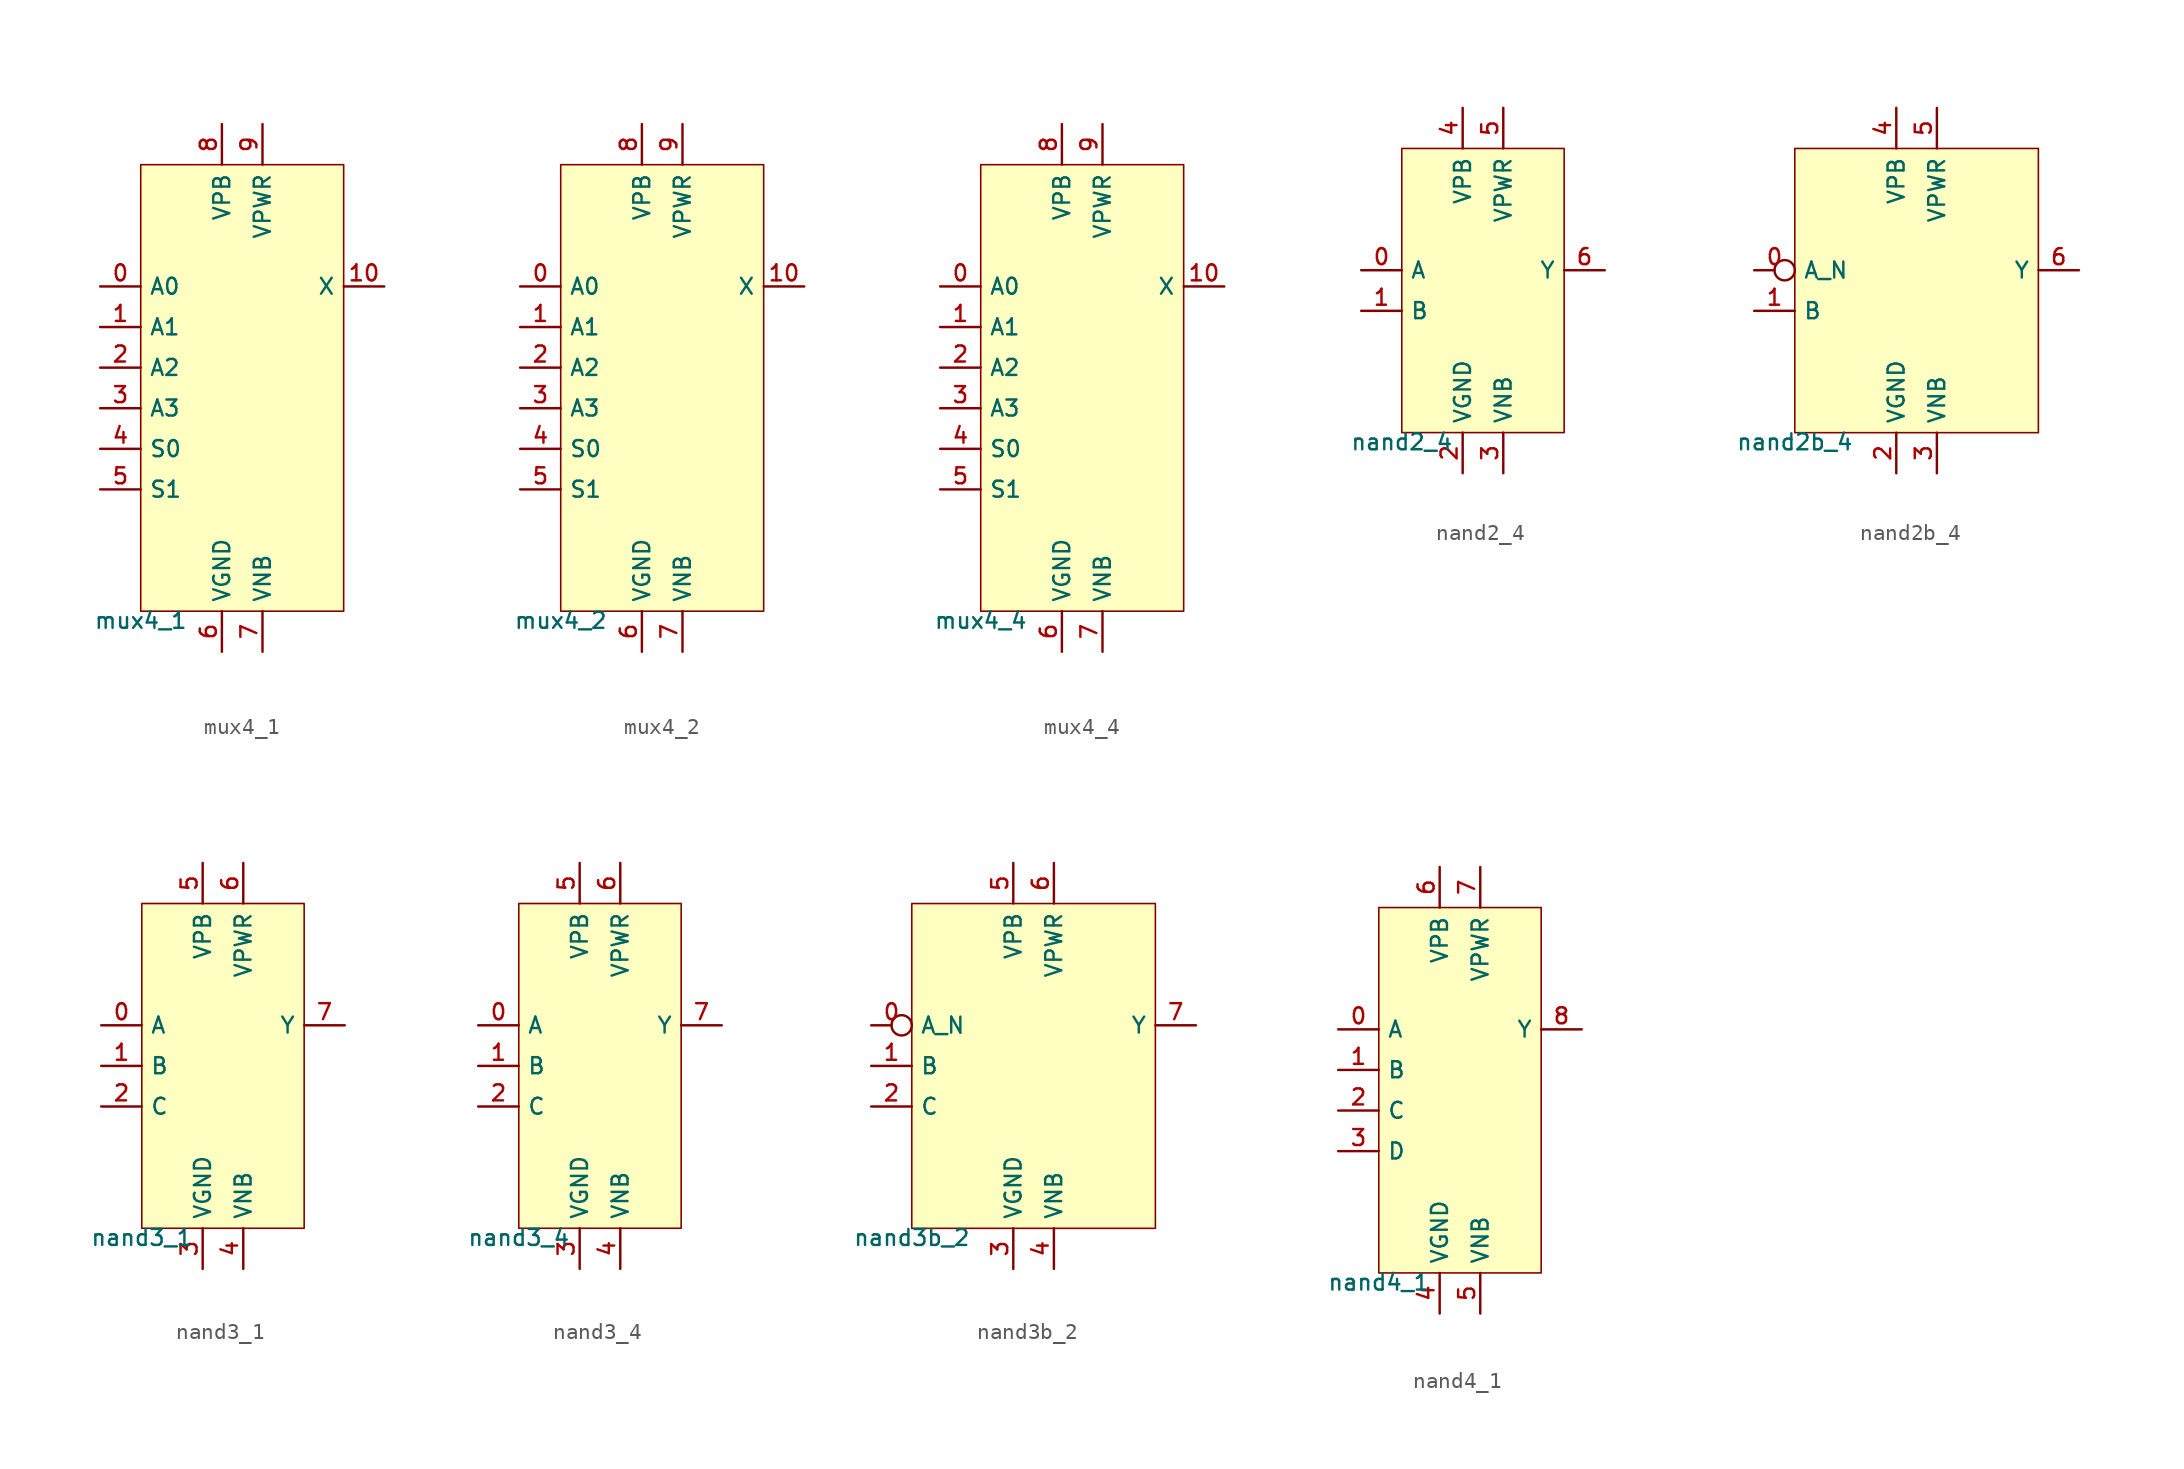
<source format=kicad_sym>
(kicad_symbol_lib
  (version 20211014)
  (generator lef2kicad_sym)
  (symbol "mux4_1"
    (property "Reference" "CELL"
      (at 0 0 0)
      (effects (font (size 1 1)) hide))
    (property "Value" "mux4_1"
      (at -6.35 -13.97 0)
      (effects (font (size 1 1)) (justify top)))
    (rectangle
      (start -6.35 -13.97)
      (end 6.35 13.97)
      (stroke (width 0.1) (type solid) (color 0 0 0 0))
      (fill (type background)))
    (pin input line
      (at -8.89 6.35 0)
      (length 2.54)
      (name "A0" (effects (font (size 1 1)) hide))
      (number "0" (effects (font (size 1 1)) hide)))
    (pin input line
      (at -8.89 3.81 0)
      (length 2.54)
      (name "A1" (effects (font (size 1 1)) hide))
      (number "1" (effects (font (size 1 1)) hide)))
    (pin input line
      (at -8.89 1.27 0)
      (length 2.54)
      (name "A2" (effects (font (size 1 1)) hide))
      (number "2" (effects (font (size 1 1)) hide)))
    (pin input line
      (at -8.89 -1.27 0)
      (length 2.54)
      (name "A3" (effects (font (size 1 1)) hide))
      (number "3" (effects (font (size 1 1)) hide)))
    (pin input line
      (at -8.89 -3.81 0)
      (length 2.54)
      (name "S0" (effects (font (size 1 1)) hide))
      (number "4" (effects (font (size 1 1)) hide)))
    (pin input line
      (at -8.89 -6.35 0)
      (length 2.54)
      (name "S1" (effects (font (size 1 1)) hide))
      (number "5" (effects (font (size 1 1)) hide)))
    (pin power_in line
      (at -1.27 -16.51 90)
      (length 2.54)
      (name "VGND" (effects (font (size 1 1)) hide))
      (number "6" (effects (font (size 1 1)) hide)))
    (pin power_in line
      (at 1.27 -16.51 90)
      (length 2.54)
      (name "VNB" (effects (font (size 1 1)) hide))
      (number "7" (effects (font (size 1 1)) hide)))
    (pin power_in line
      (at -1.27 16.51 270)
      (length 2.54)
      (name "VPB" (effects (font (size 1 1)) hide))
      (number "8" (effects (font (size 1 1)) hide)))
    (pin power_in line
      (at 1.27 16.51 270)
      (length 2.54)
      (name "VPWR" (effects (font (size 1 1)) hide))
      (number "9" (effects (font (size 1 1)) hide)))
    (pin output line
      (at 8.89 6.35 180)
      (length 2.54)
      (name "X" (effects (font (size 1 1)) hide))
      (number "10" (effects (font (size 1 1)) hide))))
  (symbol "mux4_2"
    (property "Reference" "CELL"
      (at 0 0 0)
      (effects (font (size 1 1)) hide))
    (property "Value" "mux4_2"
      (at -6.35 -13.97 0)
      (effects (font (size 1 1)) (justify top)))
    (rectangle
      (start -6.35 -13.97)
      (end 6.35 13.97)
      (stroke (width 0.1) (type solid) (color 0 0 0 0))
      (fill (type background)))
    (pin input line
      (at -8.89 6.35 0)
      (length 2.54)
      (name "A0" (effects (font (size 1 1)) hide))
      (number "0" (effects (font (size 1 1)) hide)))
    (pin input line
      (at -8.89 3.81 0)
      (length 2.54)
      (name "A1" (effects (font (size 1 1)) hide))
      (number "1" (effects (font (size 1 1)) hide)))
    (pin input line
      (at -8.89 1.27 0)
      (length 2.54)
      (name "A2" (effects (font (size 1 1)) hide))
      (number "2" (effects (font (size 1 1)) hide)))
    (pin input line
      (at -8.89 -1.27 0)
      (length 2.54)
      (name "A3" (effects (font (size 1 1)) hide))
      (number "3" (effects (font (size 1 1)) hide)))
    (pin input line
      (at -8.89 -3.81 0)
      (length 2.54)
      (name "S0" (effects (font (size 1 1)) hide))
      (number "4" (effects (font (size 1 1)) hide)))
    (pin input line
      (at -8.89 -6.35 0)
      (length 2.54)
      (name "S1" (effects (font (size 1 1)) hide))
      (number "5" (effects (font (size 1 1)) hide)))
    (pin power_in line
      (at -1.27 -16.51 90)
      (length 2.54)
      (name "VGND" (effects (font (size 1 1)) hide))
      (number "6" (effects (font (size 1 1)) hide)))
    (pin power_in line
      (at 1.27 -16.51 90)
      (length 2.54)
      (name "VNB" (effects (font (size 1 1)) hide))
      (number "7" (effects (font (size 1 1)) hide)))
    (pin power_in line
      (at -1.27 16.51 270)
      (length 2.54)
      (name "VPB" (effects (font (size 1 1)) hide))
      (number "8" (effects (font (size 1 1)) hide)))
    (pin power_in line
      (at 1.27 16.51 270)
      (length 2.54)
      (name "VPWR" (effects (font (size 1 1)) hide))
      (number "9" (effects (font (size 1 1)) hide)))
    (pin output line
      (at 8.89 6.35 180)
      (length 2.54)
      (name "X" (effects (font (size 1 1)) hide))
      (number "10" (effects (font (size 1 1)) hide))))
  (symbol "mux4_4"
    (property "Reference" "CELL"
      (at 0 0 0)
      (effects (font (size 1 1)) hide))
    (property "Value" "mux4_4"
      (at -6.35 -13.97 0)
      (effects (font (size 1 1)) (justify top)))
    (rectangle
      (start -6.35 -13.97)
      (end 6.35 13.97)
      (stroke (width 0.1) (type solid) (color 0 0 0 0))
      (fill (type background)))
    (pin input line
      (at -8.89 6.35 0)
      (length 2.54)
      (name "A0" (effects (font (size 1 1)) hide))
      (number "0" (effects (font (size 1 1)) hide)))
    (pin input line
      (at -8.89 3.81 0)
      (length 2.54)
      (name "A1" (effects (font (size 1 1)) hide))
      (number "1" (effects (font (size 1 1)) hide)))
    (pin input line
      (at -8.89 1.27 0)
      (length 2.54)
      (name "A2" (effects (font (size 1 1)) hide))
      (number "2" (effects (font (size 1 1)) hide)))
    (pin input line
      (at -8.89 -1.27 0)
      (length 2.54)
      (name "A3" (effects (font (size 1 1)) hide))
      (number "3" (effects (font (size 1 1)) hide)))
    (pin input line
      (at -8.89 -3.81 0)
      (length 2.54)
      (name "S0" (effects (font (size 1 1)) hide))
      (number "4" (effects (font (size 1 1)) hide)))
    (pin input line
      (at -8.89 -6.35 0)
      (length 2.54)
      (name "S1" (effects (font (size 1 1)) hide))
      (number "5" (effects (font (size 1 1)) hide)))
    (pin power_in line
      (at -1.27 -16.51 90)
      (length 2.54)
      (name "VGND" (effects (font (size 1 1)) hide))
      (number "6" (effects (font (size 1 1)) hide)))
    (pin power_in line
      (at 1.27 -16.51 90)
      (length 2.54)
      (name "VNB" (effects (font (size 1 1)) hide))
      (number "7" (effects (font (size 1 1)) hide)))
    (pin power_in line
      (at -1.27 16.51 270)
      (length 2.54)
      (name "VPB" (effects (font (size 1 1)) hide))
      (number "8" (effects (font (size 1 1)) hide)))
    (pin power_in line
      (at 1.27 16.51 270)
      (length 2.54)
      (name "VPWR" (effects (font (size 1 1)) hide))
      (number "9" (effects (font (size 1 1)) hide)))
    (pin output line
      (at 8.89 6.35 180)
      (length 2.54)
      (name "X" (effects (font (size 1 1)) hide))
      (number "10" (effects (font (size 1 1)) hide))))
  (symbol "nand2_4"
    (property "Reference" "CELL"
      (at 0 0 0)
      (effects (font (size 1 1)) hide))
    (property "Value" "nand2_4"
      (at -5.08 -8.89 0)
      (effects (font (size 1 1)) (justify top)))
    (rectangle
      (start -5.08 -8.89)
      (end 5.08 8.89)
      (stroke (width 0.1) (type solid) (color 0 0 0 0))
      (fill (type background)))
    (pin input line
      (at -7.62 1.27 0)
      (length 2.54)
      (name "A" (effects (font (size 1 1)) hide))
      (number "0" (effects (font (size 1 1)) hide)))
    (pin input line
      (at -7.62 -1.27 0)
      (length 2.54)
      (name "B" (effects (font (size 1 1)) hide))
      (number "1" (effects (font (size 1 1)) hide)))
    (pin power_in line
      (at -1.27 -11.43 90)
      (length 2.54)
      (name "VGND" (effects (font (size 1 1)) hide))
      (number "2" (effects (font (size 1 1)) hide)))
    (pin power_in line
      (at 1.27 -11.43 90)
      (length 2.54)
      (name "VNB" (effects (font (size 1 1)) hide))
      (number "3" (effects (font (size 1 1)) hide)))
    (pin power_in line
      (at -1.27 11.43 270)
      (length 2.54)
      (name "VPB" (effects (font (size 1 1)) hide))
      (number "4" (effects (font (size 1 1)) hide)))
    (pin power_in line
      (at 1.27 11.43 270)
      (length 2.54)
      (name "VPWR" (effects (font (size 1 1)) hide))
      (number "5" (effects (font (size 1 1)) hide)))
    (pin output line
      (at 7.62 1.27 180)
      (length 2.54)
      (name "Y" (effects (font (size 1 1)) hide))
      (number "6" (effects (font (size 1 1)) hide))))
  (symbol "nand2b_4"
    (property "Reference" "CELL"
      (at 0 0 0)
      (effects (font (size 1 1)) hide))
    (property "Value" "nand2b_4"
      (at -7.62 -8.89 0)
      (effects (font (size 1 1)) (justify top)))
    (rectangle
      (start -7.62 -8.89)
      (end 7.62 8.89)
      (stroke (width 0.1) (type solid) (color 0 0 0 0))
      (fill (type background)))
    (pin input inverted
      (at -10.16 1.27 0)
      (length 2.54)
      (name "A_N" (effects (font (size 1 1)) hide))
      (number "0" (effects (font (size 1 1)) hide)))
    (pin input line
      (at -10.16 -1.27 0)
      (length 2.54)
      (name "B" (effects (font (size 1 1)) hide))
      (number "1" (effects (font (size 1 1)) hide)))
    (pin power_in line
      (at -1.27 -11.43 90)
      (length 2.54)
      (name "VGND" (effects (font (size 1 1)) hide))
      (number "2" (effects (font (size 1 1)) hide)))
    (pin power_in line
      (at 1.27 -11.43 90)
      (length 2.54)
      (name "VNB" (effects (font (size 1 1)) hide))
      (number "3" (effects (font (size 1 1)) hide)))
    (pin power_in line
      (at -1.27 11.43 270)
      (length 2.54)
      (name "VPB" (effects (font (size 1 1)) hide))
      (number "4" (effects (font (size 1 1)) hide)))
    (pin power_in line
      (at 1.27 11.43 270)
      (length 2.54)
      (name "VPWR" (effects (font (size 1 1)) hide))
      (number "5" (effects (font (size 1 1)) hide)))
    (pin output line
      (at 10.16 1.27 180)
      (length 2.54)
      (name "Y" (effects (font (size 1 1)) hide))
      (number "6" (effects (font (size 1 1)) hide))))
  (symbol "nand3_1"
    (property "Reference" "CELL"
      (at 0 0 0)
      (effects (font (size 1 1)) hide))
    (property "Value" "nand3_1"
      (at -5.08 -10.16 0)
      (effects (font (size 1 1)) (justify top)))
    (rectangle
      (start -5.08 -10.16)
      (end 5.08 10.16)
      (stroke (width 0.1) (type solid) (color 0 0 0 0))
      (fill (type background)))
    (pin input line
      (at -7.62 2.54 0)
      (length 2.54)
      (name "A" (effects (font (size 1 1)) hide))
      (number "0" (effects (font (size 1 1)) hide)))
    (pin input line
      (at -7.62 0.0 0)
      (length 2.54)
      (name "B" (effects (font (size 1 1)) hide))
      (number "1" (effects (font (size 1 1)) hide)))
    (pin input line
      (at -7.62 -2.54 0)
      (length 2.54)
      (name "C" (effects (font (size 1 1)) hide))
      (number "2" (effects (font (size 1 1)) hide)))
    (pin power_in line
      (at -1.27 -12.7 90)
      (length 2.54)
      (name "VGND" (effects (font (size 1 1)) hide))
      (number "3" (effects (font (size 1 1)) hide)))
    (pin power_in line
      (at 1.27 -12.7 90)
      (length 2.54)
      (name "VNB" (effects (font (size 1 1)) hide))
      (number "4" (effects (font (size 1 1)) hide)))
    (pin power_in line
      (at -1.27 12.7 270)
      (length 2.54)
      (name "VPB" (effects (font (size 1 1)) hide))
      (number "5" (effects (font (size 1 1)) hide)))
    (pin power_in line
      (at 1.27 12.7 270)
      (length 2.54)
      (name "VPWR" (effects (font (size 1 1)) hide))
      (number "6" (effects (font (size 1 1)) hide)))
    (pin output line
      (at 7.62 2.54 180)
      (length 2.54)
      (name "Y" (effects (font (size 1 1)) hide))
      (number "7" (effects (font (size 1 1)) hide))))
  (symbol "nand3_4"
    (property "Reference" "CELL"
      (at 0 0 0)
      (effects (font (size 1 1)) hide))
    (property "Value" "nand3_4"
      (at -5.08 -10.16 0)
      (effects (font (size 1 1)) (justify top)))
    (rectangle
      (start -5.08 -10.16)
      (end 5.08 10.16)
      (stroke (width 0.1) (type solid) (color 0 0 0 0))
      (fill (type background)))
    (pin input line
      (at -7.62 2.54 0)
      (length 2.54)
      (name "A" (effects (font (size 1 1)) hide))
      (number "0" (effects (font (size 1 1)) hide)))
    (pin input line
      (at -7.62 0.0 0)
      (length 2.54)
      (name "B" (effects (font (size 1 1)) hide))
      (number "1" (effects (font (size 1 1)) hide)))
    (pin input line
      (at -7.62 -2.54 0)
      (length 2.54)
      (name "C" (effects (font (size 1 1)) hide))
      (number "2" (effects (font (size 1 1)) hide)))
    (pin power_in line
      (at -1.27 -12.7 90)
      (length 2.54)
      (name "VGND" (effects (font (size 1 1)) hide))
      (number "3" (effects (font (size 1 1)) hide)))
    (pin power_in line
      (at 1.27 -12.7 90)
      (length 2.54)
      (name "VNB" (effects (font (size 1 1)) hide))
      (number "4" (effects (font (size 1 1)) hide)))
    (pin power_in line
      (at -1.27 12.7 270)
      (length 2.54)
      (name "VPB" (effects (font (size 1 1)) hide))
      (number "5" (effects (font (size 1 1)) hide)))
    (pin power_in line
      (at 1.27 12.7 270)
      (length 2.54)
      (name "VPWR" (effects (font (size 1 1)) hide))
      (number "6" (effects (font (size 1 1)) hide)))
    (pin output line
      (at 7.62 2.54 180)
      (length 2.54)
      (name "Y" (effects (font (size 1 1)) hide))
      (number "7" (effects (font (size 1 1)) hide))))
  (symbol "nand3b_2"
    (property "Reference" "CELL"
      (at 0 0 0)
      (effects (font (size 1 1)) hide))
    (property "Value" "nand3b_2"
      (at -7.62 -10.16 0)
      (effects (font (size 1 1)) (justify top)))
    (rectangle
      (start -7.62 -10.16)
      (end 7.62 10.16)
      (stroke (width 0.1) (type solid) (color 0 0 0 0))
      (fill (type background)))
    (pin input inverted
      (at -10.16 2.54 0)
      (length 2.54)
      (name "A_N" (effects (font (size 1 1)) hide))
      (number "0" (effects (font (size 1 1)) hide)))
    (pin input line
      (at -10.16 0.0 0)
      (length 2.54)
      (name "B" (effects (font (size 1 1)) hide))
      (number "1" (effects (font (size 1 1)) hide)))
    (pin input line
      (at -10.16 -2.54 0)
      (length 2.54)
      (name "C" (effects (font (size 1 1)) hide))
      (number "2" (effects (font (size 1 1)) hide)))
    (pin power_in line
      (at -1.27 -12.7 90)
      (length 2.54)
      (name "VGND" (effects (font (size 1 1)) hide))
      (number "3" (effects (font (size 1 1)) hide)))
    (pin power_in line
      (at 1.27 -12.7 90)
      (length 2.54)
      (name "VNB" (effects (font (size 1 1)) hide))
      (number "4" (effects (font (size 1 1)) hide)))
    (pin power_in line
      (at -1.27 12.7 270)
      (length 2.54)
      (name "VPB" (effects (font (size 1 1)) hide))
      (number "5" (effects (font (size 1 1)) hide)))
    (pin power_in line
      (at 1.27 12.7 270)
      (length 2.54)
      (name "VPWR" (effects (font (size 1 1)) hide))
      (number "6" (effects (font (size 1 1)) hide)))
    (pin output line
      (at 10.16 2.54 180)
      (length 2.54)
      (name "Y" (effects (font (size 1 1)) hide))
      (number "7" (effects (font (size 1 1)) hide))))
  (symbol "nand4_1"
    (property "Reference" "CELL"
      (at 0 0 0)
      (effects (font (size 1 1)) hide))
    (property "Value" "nand4_1"
      (at -5.08 -11.43 0)
      (effects (font (size 1 1)) (justify top)))
    (rectangle
      (start -5.08 -11.43)
      (end 5.08 11.43)
      (stroke (width 0.1) (type solid) (color 0 0 0 0))
      (fill (type background)))
    (pin input line
      (at -7.62 3.81 0)
      (length 2.54)
      (name "A" (effects (font (size 1 1)) hide))
      (number "0" (effects (font (size 1 1)) hide)))
    (pin input line
      (at -7.62 1.27 0)
      (length 2.54)
      (name "B" (effects (font (size 1 1)) hide))
      (number "1" (effects (font (size 1 1)) hide)))
    (pin input line
      (at -7.62 -1.27 0)
      (length 2.54)
      (name "C" (effects (font (size 1 1)) hide))
      (number "2" (effects (font (size 1 1)) hide)))
    (pin input line
      (at -7.62 -3.81 0)
      (length 2.54)
      (name "D" (effects (font (size 1 1)) hide))
      (number "3" (effects (font (size 1 1)) hide)))
    (pin power_in line
      (at -1.27 -13.97 90)
      (length 2.54)
      (name "VGND" (effects (font (size 1 1)) hide))
      (number "4" (effects (font (size 1 1)) hide)))
    (pin power_in line
      (at 1.27 -13.97 90)
      (length 2.54)
      (name "VNB" (effects (font (size 1 1)) hide))
      (number "5" (effects (font (size 1 1)) hide)))
    (pin power_in line
      (at -1.27 13.97 270)
      (length 2.54)
      (name "VPB" (effects (font (size 1 1)) hide))
      (number "6" (effects (font (size 1 1)) hide)))
    (pin power_in line
      (at 1.27 13.97 270)
      (length 2.54)
      (name "VPWR" (effects (font (size 1 1)) hide))
      (number "7" (effects (font (size 1 1)) hide)))
    (pin output line
      (at 7.62 3.81 180)
      (length 2.54)
      (name "Y" (effects (font (size 1 1)) hide))
      (number "8" (effects (font (size 1 1)) hide)))))
</source>
